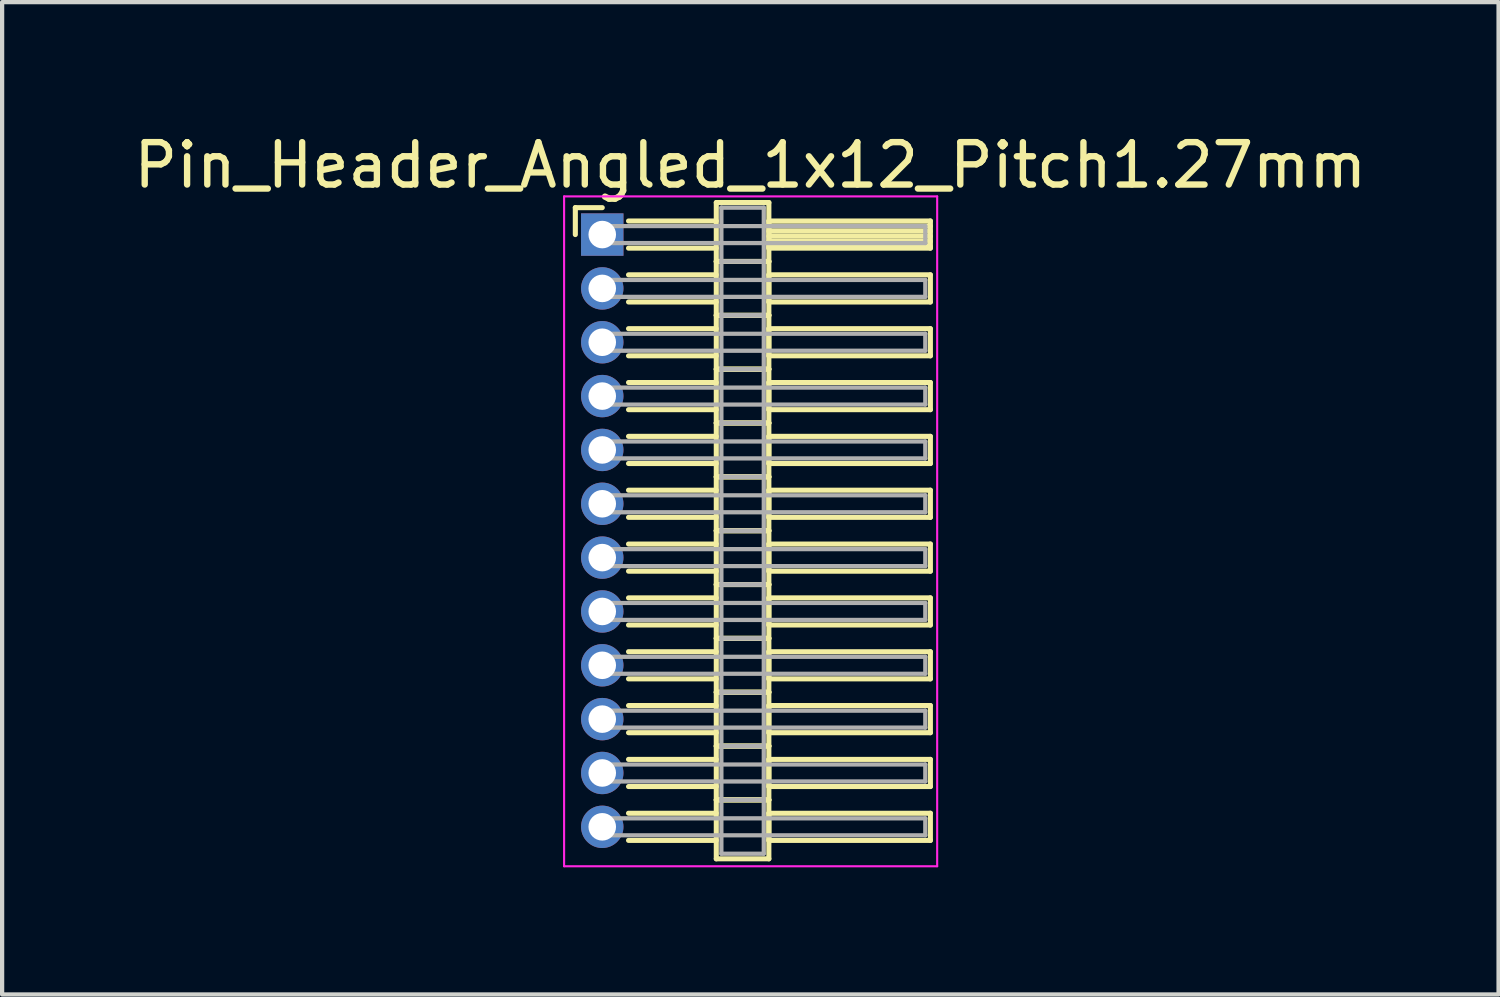
<source format=kicad_pcb>
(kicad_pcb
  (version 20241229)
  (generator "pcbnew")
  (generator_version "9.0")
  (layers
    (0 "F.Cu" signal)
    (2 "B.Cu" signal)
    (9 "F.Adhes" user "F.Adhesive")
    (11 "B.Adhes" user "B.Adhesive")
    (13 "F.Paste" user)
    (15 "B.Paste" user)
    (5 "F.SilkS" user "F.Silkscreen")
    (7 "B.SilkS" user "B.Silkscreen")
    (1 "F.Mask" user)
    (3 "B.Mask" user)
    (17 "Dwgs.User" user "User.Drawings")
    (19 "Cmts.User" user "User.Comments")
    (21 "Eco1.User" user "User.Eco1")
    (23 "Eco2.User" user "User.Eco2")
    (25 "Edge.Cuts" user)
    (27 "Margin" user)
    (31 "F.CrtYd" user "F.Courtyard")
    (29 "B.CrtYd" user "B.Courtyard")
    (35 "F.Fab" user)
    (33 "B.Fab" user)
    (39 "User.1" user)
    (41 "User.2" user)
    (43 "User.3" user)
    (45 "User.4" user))
  (footprint "Pin_Header_Angled_1x12_Pitch1.27mm"
    (layer "F.Cu")
    (at 11.156 2.483)
    (property "Reference" "Pin_Header_Angled_1x12_Pitch1.27mm" (at 3.493 -1.635 0) (layer "F.SilkS") (effects (font (size 1 1) (thickness 0.15))))
    (attr through_hole)
    (fp_line (start -0.635 -0.635) (end 0 -0.635) (stroke (width 0.12) (type solid)) (layer "F.SilkS"))
    (fp_line (start -0.635 0) (end -0.635 -0.635) (stroke (width 0.12) (type solid)) (layer "F.SilkS"))
    (fp_line (start 0.62 -0.32) (end 2.69 -0.32) (stroke (width 0.12) (type solid)) (layer "F.SilkS"))
    (fp_line (start 0.62 0.32) (end 2.69 0.32) (stroke (width 0.12) (type solid)) (layer "F.SilkS"))
    (fp_line (start 0.62 0.95) (end 2.69 0.95) (stroke (width 0.12) (type solid)) (layer "F.SilkS"))
    (fp_line (start 0.62 1.59) (end 2.69 1.59) (stroke (width 0.12) (type solid)) (layer "F.SilkS"))
    (fp_line (start 0.62 2.22) (end 2.69 2.22) (stroke (width 0.12) (type solid)) (layer "F.SilkS"))
    (fp_line (start 0.62 2.86) (end 2.69 2.86) (stroke (width 0.12) (type solid)) (layer "F.SilkS"))
    (fp_line (start 0.62 3.49) (end 2.69 3.49) (stroke (width 0.12) (type solid)) (layer "F.SilkS"))
    (fp_line (start 0.62 4.13) (end 2.69 4.13) (stroke (width 0.12) (type solid)) (layer "F.SilkS"))
    (fp_line (start 0.62 4.76) (end 2.69 4.76) (stroke (width 0.12) (type solid)) (layer "F.SilkS"))
    (fp_line (start 0.62 5.4) (end 2.69 5.4) (stroke (width 0.12) (type solid)) (layer "F.SilkS"))
    (fp_line (start 0.62 6.03) (end 2.69 6.03) (stroke (width 0.12) (type solid)) (layer "F.SilkS"))
    (fp_line (start 0.62 6.67) (end 2.69 6.67) (stroke (width 0.12) (type solid)) (layer "F.SilkS"))
    (fp_line (start 0.62 7.3) (end 2.69 7.3) (stroke (width 0.12) (type solid)) (layer "F.SilkS"))
    (fp_line (start 0.62 7.94) (end 2.69 7.94) (stroke (width 0.12) (type solid)) (layer "F.SilkS"))
    (fp_line (start 0.62 8.57) (end 2.69 8.57) (stroke (width 0.12) (type solid)) (layer "F.SilkS"))
    (fp_line (start 0.62 9.21) (end 2.69 9.21) (stroke (width 0.12) (type solid)) (layer "F.SilkS"))
    (fp_line (start 0.62 9.84) (end 2.69 9.84) (stroke (width 0.12) (type solid)) (layer "F.SilkS"))
    (fp_line (start 0.62 10.48) (end 2.69 10.48) (stroke (width 0.12) (type solid)) (layer "F.SilkS"))
    (fp_line (start 0.62 11.11) (end 2.69 11.11) (stroke (width 0.12) (type solid)) (layer "F.SilkS"))
    (fp_line (start 0.62 11.75) (end 2.69 11.75) (stroke (width 0.12) (type solid)) (layer "F.SilkS"))
    (fp_line (start 0.62 12.38) (end 2.69 12.38) (stroke (width 0.12) (type solid)) (layer "F.SilkS"))
    (fp_line (start 0.62 13.02) (end 2.69 13.02) (stroke (width 0.12) (type solid)) (layer "F.SilkS"))
    (fp_line (start 0.62 13.65) (end 2.69 13.65) (stroke (width 0.12) (type solid)) (layer "F.SilkS"))
    (fp_line (start 0.62 14.29) (end 2.69 14.29) (stroke (width 0.12) (type solid)) (layer "F.SilkS"))
    (fp_line (start 2.69 -0.755) (end 2.69 0.635) (stroke (width 0.12) (type solid)) (layer "F.SilkS"))
    (fp_line (start 2.69 0.635) (end 2.69 1.905) (stroke (width 0.12) (type solid)) (layer "F.SilkS"))
    (fp_line (start 2.69 0.635) (end 3.93 0.635) (stroke (width 0.12) (type solid)) (layer "F.SilkS"))
    (fp_line (start 2.69 1.905) (end 2.69 3.175) (stroke (width 0.12) (type solid)) (layer "F.SilkS"))
    (fp_line (start 2.69 1.905) (end 3.93 1.905) (stroke (width 0.12) (type solid)) (layer "F.SilkS"))
    (fp_line (start 2.69 3.175) (end 2.69 4.445) (stroke (width 0.12) (type solid)) (layer "F.SilkS"))
    (fp_line (start 2.69 3.175) (end 3.93 3.175) (stroke (width 0.12) (type solid)) (layer "F.SilkS"))
    (fp_line (start 2.69 4.445) (end 2.69 5.715) (stroke (width 0.12) (type solid)) (layer "F.SilkS"))
    (fp_line (start 2.69 4.445) (end 3.93 4.445) (stroke (width 0.12) (type solid)) (layer "F.SilkS"))
    (fp_line (start 2.69 5.715) (end 2.69 6.985) (stroke (width 0.12) (type solid)) (layer "F.SilkS"))
    (fp_line (start 2.69 5.715) (end 3.93 5.715) (stroke (width 0.12) (type solid)) (layer "F.SilkS"))
    (fp_line (start 2.69 6.985) (end 2.69 8.255) (stroke (width 0.12) (type solid)) (layer "F.SilkS"))
    (fp_line (start 2.69 6.985) (end 3.93 6.985) (stroke (width 0.12) (type solid)) (layer "F.SilkS"))
    (fp_line (start 2.69 8.255) (end 2.69 9.525) (stroke (width 0.12) (type solid)) (layer "F.SilkS"))
    (fp_line (start 2.69 8.255) (end 3.93 8.255) (stroke (width 0.12) (type solid)) (layer "F.SilkS"))
    (fp_line (start 2.69 9.525) (end 2.69 10.795) (stroke (width 0.12) (type solid)) (layer "F.SilkS"))
    (fp_line (start 2.69 9.525) (end 3.93 9.525) (stroke (width 0.12) (type solid)) (layer "F.SilkS"))
    (fp_line (start 2.69 10.795) (end 2.69 12.065) (stroke (width 0.12) (type solid)) (layer "F.SilkS"))
    (fp_line (start 2.69 10.795) (end 3.93 10.795) (stroke (width 0.12) (type solid)) (layer "F.SilkS"))
    (fp_line (start 2.69 12.065) (end 2.69 13.335) (stroke (width 0.12) (type solid)) (layer "F.SilkS"))
    (fp_line (start 2.69 12.065) (end 3.93 12.065) (stroke (width 0.12) (type solid)) (layer "F.SilkS"))
    (fp_line (start 2.69 13.335) (end 2.69 14.725) (stroke (width 0.12) (type solid)) (layer "F.SilkS"))
    (fp_line (start 2.69 13.335) (end 3.93 13.335) (stroke (width 0.12) (type solid)) (layer "F.SilkS"))
    (fp_line (start 2.69 14.725) (end 3.93 14.725) (stroke (width 0.12) (type solid)) (layer "F.SilkS"))
    (fp_line (start 3.93 -0.755) (end 2.69 -0.755) (stroke (width 0.12) (type solid)) (layer "F.SilkS"))
    (fp_line (start 3.93 -0.32) (end 3.93 0.32) (stroke (width 0.12) (type solid)) (layer "F.SilkS"))
    (fp_line (start 3.93 -0.2) (end 7.74 -0.2) (stroke (width 0.12) (type solid)) (layer "F.SilkS"))
    (fp_line (start 3.93 -0.08) (end 7.74 -0.08) (stroke (width 0.12) (type solid)) (layer "F.SilkS"))
    (fp_line (start 3.93 0.04) (end 7.74 0.04) (stroke (width 0.12) (type solid)) (layer "F.SilkS"))
    (fp_line (start 3.93 0.16) (end 7.74 0.16) (stroke (width 0.12) (type solid)) (layer "F.SilkS"))
    (fp_line (start 3.93 0.28) (end 7.74 0.28) (stroke (width 0.12) (type solid)) (layer "F.SilkS"))
    (fp_line (start 3.93 0.32) (end 7.74 0.32) (stroke (width 0.12) (type solid)) (layer "F.SilkS"))
    (fp_line (start 3.93 0.635) (end 2.69 0.635) (stroke (width 0.12) (type solid)) (layer "F.SilkS"))
    (fp_line (start 3.93 0.635) (end 3.93 -0.755) (stroke (width 0.12) (type solid)) (layer "F.SilkS"))
    (fp_line (start 3.93 0.95) (end 3.93 1.59) (stroke (width 0.12) (type solid)) (layer "F.SilkS"))
    (fp_line (start 3.93 1.59) (end 7.74 1.59) (stroke (width 0.12) (type solid)) (layer "F.SilkS"))
    (fp_line (start 3.93 1.905) (end 2.69 1.905) (stroke (width 0.12) (type solid)) (layer "F.SilkS"))
    (fp_line (start 3.93 1.905) (end 3.93 0.635) (stroke (width 0.12) (type solid)) (layer "F.SilkS"))
    (fp_line (start 3.93 2.22) (end 3.93 2.86) (stroke (width 0.12) (type solid)) (layer "F.SilkS"))
    (fp_line (start 3.93 2.86) (end 7.74 2.86) (stroke (width 0.12) (type solid)) (layer "F.SilkS"))
    (fp_line (start 3.93 3.175) (end 2.69 3.175) (stroke (width 0.12) (type solid)) (layer "F.SilkS"))
    (fp_line (start 3.93 3.175) (end 3.93 1.905) (stroke (width 0.12) (type solid)) (layer "F.SilkS"))
    (fp_line (start 3.93 3.49) (end 3.93 4.13) (stroke (width 0.12) (type solid)) (layer "F.SilkS"))
    (fp_line (start 3.93 4.13) (end 7.74 4.13) (stroke (width 0.12) (type solid)) (layer "F.SilkS"))
    (fp_line (start 3.93 4.445) (end 2.69 4.445) (stroke (width 0.12) (type solid)) (layer "F.SilkS"))
    (fp_line (start 3.93 4.445) (end 3.93 3.175) (stroke (width 0.12) (type solid)) (layer "F.SilkS"))
    (fp_line (start 3.93 4.76) (end 3.93 5.4) (stroke (width 0.12) (type solid)) (layer "F.SilkS"))
    (fp_line (start 3.93 5.4) (end 7.74 5.4) (stroke (width 0.12) (type solid)) (layer "F.SilkS"))
    (fp_line (start 3.93 5.715) (end 2.69 5.715) (stroke (width 0.12) (type solid)) (layer "F.SilkS"))
    (fp_line (start 3.93 5.715) (end 3.93 4.445) (stroke (width 0.12) (type solid)) (layer "F.SilkS"))
    (fp_line (start 3.93 6.03) (end 3.93 6.67) (stroke (width 0.12) (type solid)) (layer "F.SilkS"))
    (fp_line (start 3.93 6.67) (end 7.74 6.67) (stroke (width 0.12) (type solid)) (layer "F.SilkS"))
    (fp_line (start 3.93 6.985) (end 2.69 6.985) (stroke (width 0.12) (type solid)) (layer "F.SilkS"))
    (fp_line (start 3.93 6.985) (end 3.93 5.715) (stroke (width 0.12) (type solid)) (layer "F.SilkS"))
    (fp_line (start 3.93 7.3) (end 3.93 7.94) (stroke (width 0.12) (type solid)) (layer "F.SilkS"))
    (fp_line (start 3.93 7.94) (end 7.74 7.94) (stroke (width 0.12) (type solid)) (layer "F.SilkS"))
    (fp_line (start 3.93 8.255) (end 2.69 8.255) (stroke (width 0.12) (type solid)) (layer "F.SilkS"))
    (fp_line (start 3.93 8.255) (end 3.93 6.985) (stroke (width 0.12) (type solid)) (layer "F.SilkS"))
    (fp_line (start 3.93 8.57) (end 3.93 9.21) (stroke (width 0.12) (type solid)) (layer "F.SilkS"))
    (fp_line (start 3.93 9.21) (end 7.74 9.21) (stroke (width 0.12) (type solid)) (layer "F.SilkS"))
    (fp_line (start 3.93 9.525) (end 2.69 9.525) (stroke (width 0.12) (type solid)) (layer "F.SilkS"))
    (fp_line (start 3.93 9.525) (end 3.93 8.255) (stroke (width 0.12) (type solid)) (layer "F.SilkS"))
    (fp_line (start 3.93 9.84) (end 3.93 10.48) (stroke (width 0.12) (type solid)) (layer "F.SilkS"))
    (fp_line (start 3.93 10.48) (end 7.74 10.48) (stroke (width 0.12) (type solid)) (layer "F.SilkS"))
    (fp_line (start 3.93 10.795) (end 2.69 10.795) (stroke (width 0.12) (type solid)) (layer "F.SilkS"))
    (fp_line (start 3.93 10.795) (end 3.93 9.525) (stroke (width 0.12) (type solid)) (layer "F.SilkS"))
    (fp_line (start 3.93 11.11) (end 3.93 11.75) (stroke (width 0.12) (type solid)) (layer "F.SilkS"))
    (fp_line (start 3.93 11.75) (end 7.74 11.75) (stroke (width 0.12) (type solid)) (layer "F.SilkS"))
    (fp_line (start 3.93 12.065) (end 2.69 12.065) (stroke (width 0.12) (type solid)) (layer "F.SilkS"))
    (fp_line (start 3.93 12.065) (end 3.93 10.795) (stroke (width 0.12) (type solid)) (layer "F.SilkS"))
    (fp_line (start 3.93 12.38) (end 3.93 13.02) (stroke (width 0.12) (type solid)) (layer "F.SilkS"))
    (fp_line (start 3.93 13.02) (end 7.74 13.02) (stroke (width 0.12) (type solid)) (layer "F.SilkS"))
    (fp_line (start 3.93 13.335) (end 2.69 13.335) (stroke (width 0.12) (type solid)) (layer "F.SilkS"))
    (fp_line (start 3.93 13.335) (end 3.93 12.065) (stroke (width 0.12) (type solid)) (layer "F.SilkS"))
    (fp_line (start 3.93 13.65) (end 3.93 14.29) (stroke (width 0.12) (type solid)) (layer "F.SilkS"))
    (fp_line (start 3.93 14.29) (end 7.74 14.29) (stroke (width 0.12) (type solid)) (layer "F.SilkS"))
    (fp_line (start 3.93 14.725) (end 3.93 13.335) (stroke (width 0.12) (type solid)) (layer "F.SilkS"))
    (fp_line (start 7.74 -0.32) (end 3.93 -0.32) (stroke (width 0.12) (type solid)) (layer "F.SilkS"))
    (fp_line (start 7.74 0.32) (end 7.74 -0.32) (stroke (width 0.12) (type solid)) (layer "F.SilkS"))
    (fp_line (start 7.74 0.95) (end 3.93 0.95) (stroke (width 0.12) (type solid)) (layer "F.SilkS"))
    (fp_line (start 7.74 1.59) (end 7.74 0.95) (stroke (width 0.12) (type solid)) (layer "F.SilkS"))
    (fp_line (start 7.74 2.22) (end 3.93 2.22) (stroke (width 0.12) (type solid)) (layer "F.SilkS"))
    (fp_line (start 7.74 2.86) (end 7.74 2.22) (stroke (width 0.12) (type solid)) (layer "F.SilkS"))
    (fp_line (start 7.74 3.49) (end 3.93 3.49) (stroke (width 0.12) (type solid)) (layer "F.SilkS"))
    (fp_line (start 7.74 4.13) (end 7.74 3.49) (stroke (width 0.12) (type solid)) (layer "F.SilkS"))
    (fp_line (start 7.74 4.76) (end 3.93 4.76) (stroke (width 0.12) (type solid)) (layer "F.SilkS"))
    (fp_line (start 7.74 5.4) (end 7.74 4.76) (stroke (width 0.12) (type solid)) (layer "F.SilkS"))
    (fp_line (start 7.74 6.03) (end 3.93 6.03) (stroke (width 0.12) (type solid)) (layer "F.SilkS"))
    (fp_line (start 7.74 6.67) (end 7.74 6.03) (stroke (width 0.12) (type solid)) (layer "F.SilkS"))
    (fp_line (start 7.74 7.3) (end 3.93 7.3) (stroke (width 0.12) (type solid)) (layer "F.SilkS"))
    (fp_line (start 7.74 7.94) (end 7.74 7.3) (stroke (width 0.12) (type solid)) (layer "F.SilkS"))
    (fp_line (start 7.74 8.57) (end 3.93 8.57) (stroke (width 0.12) (type solid)) (layer "F.SilkS"))
    (fp_line (start 7.74 9.21) (end 7.74 8.57) (stroke (width 0.12) (type solid)) (layer "F.SilkS"))
    (fp_line (start 7.74 9.84) (end 3.93 9.84) (stroke (width 0.12) (type solid)) (layer "F.SilkS"))
    (fp_line (start 7.74 10.48) (end 7.74 9.84) (stroke (width 0.12) (type solid)) (layer "F.SilkS"))
    (fp_line (start 7.74 11.11) (end 3.93 11.11) (stroke (width 0.12) (type solid)) (layer "F.SilkS"))
    (fp_line (start 7.74 11.75) (end 7.74 11.11) (stroke (width 0.12) (type solid)) (layer "F.SilkS"))
    (fp_line (start 7.74 12.38) (end 3.93 12.38) (stroke (width 0.12) (type solid)) (layer "F.SilkS"))
    (fp_line (start 7.74 13.02) (end 7.74 12.38) (stroke (width 0.12) (type solid)) (layer "F.SilkS"))
    (fp_line (start 7.74 13.65) (end 3.93 13.65) (stroke (width 0.12) (type solid)) (layer "F.SilkS"))
    (fp_line (start 7.74 14.29) (end 7.74 13.65) (stroke (width 0.12) (type solid)) (layer "F.SilkS"))
    (fp_line (start -0.9 -0.9) (end -0.9 14.9) (stroke (width 0.05) (type solid)) (layer "F.CrtYd"))
    (fp_line (start -0.9 14.9) (end 7.9 14.9) (stroke (width 0.05) (type solid)) (layer "F.CrtYd"))
    (fp_line (start 7.9 -0.9) (end -0.9 -0.9) (stroke (width 0.05) (type solid)) (layer "F.CrtYd"))
    (fp_line (start 7.9 14.9) (end 7.9 -0.9) (stroke (width 0.05) (type solid)) (layer "F.CrtYd"))
    (fp_line (start 0 -0.2) (end 0 0.2) (stroke (width 0.1) (type solid)) (layer "F.Fab"))
    (fp_line (start 0 0.2) (end 7.62 0.2) (stroke (width 0.1) (type solid)) (layer "F.Fab"))
    (fp_line (start 0 1.07) (end 0 1.47) (stroke (width 0.1) (type solid)) (layer "F.Fab"))
    (fp_line (start 0 1.47) (end 7.62 1.47) (stroke (width 0.1) (type solid)) (layer "F.Fab"))
    (fp_line (start 0 2.34) (end 0 2.74) (stroke (width 0.1) (type solid)) (layer "F.Fab"))
    (fp_line (start 0 2.74) (end 7.62 2.74) (stroke (width 0.1) (type solid)) (layer "F.Fab"))
    (fp_line (start 0 3.61) (end 0 4.01) (stroke (width 0.1) (type solid)) (layer "F.Fab"))
    (fp_line (start 0 4.01) (end 7.62 4.01) (stroke (width 0.1) (type solid)) (layer "F.Fab"))
    (fp_line (start 0 4.88) (end 0 5.28) (stroke (width 0.1) (type solid)) (layer "F.Fab"))
    (fp_line (start 0 5.28) (end 7.62 5.28) (stroke (width 0.1) (type solid)) (layer "F.Fab"))
    (fp_line (start 0 6.15) (end 0 6.55) (stroke (width 0.1) (type solid)) (layer "F.Fab"))
    (fp_line (start 0 6.55) (end 7.62 6.55) (stroke (width 0.1) (type solid)) (layer "F.Fab"))
    (fp_line (start 0 7.42) (end 0 7.82) (stroke (width 0.1) (type solid)) (layer "F.Fab"))
    (fp_line (start 0 7.82) (end 7.62 7.82) (stroke (width 0.1) (type solid)) (layer "F.Fab"))
    (fp_line (start 0 8.69) (end 0 9.09) (stroke (width 0.1) (type solid)) (layer "F.Fab"))
    (fp_line (start 0 9.09) (end 7.62 9.09) (stroke (width 0.1) (type solid)) (layer "F.Fab"))
    (fp_line (start 0 9.96) (end 0 10.36) (stroke (width 0.1) (type solid)) (layer "F.Fab"))
    (fp_line (start 0 10.36) (end 7.62 10.36) (stroke (width 0.1) (type solid)) (layer "F.Fab"))
    (fp_line (start 0 11.23) (end 0 11.63) (stroke (width 0.1) (type solid)) (layer "F.Fab"))
    (fp_line (start 0 11.63) (end 7.62 11.63) (stroke (width 0.1) (type solid)) (layer "F.Fab"))
    (fp_line (start 0 12.5) (end 0 12.9) (stroke (width 0.1) (type solid)) (layer "F.Fab"))
    (fp_line (start 0 12.9) (end 7.62 12.9) (stroke (width 0.1) (type solid)) (layer "F.Fab"))
    (fp_line (start 0 13.77) (end 0 14.17) (stroke (width 0.1) (type solid)) (layer "F.Fab"))
    (fp_line (start 0 14.17) (end 7.62 14.17) (stroke (width 0.1) (type solid)) (layer "F.Fab"))
    (fp_line (start 2.81 -0.635) (end 2.81 0.635) (stroke (width 0.1) (type solid)) (layer "F.Fab"))
    (fp_line (start 2.81 0.635) (end 2.81 1.905) (stroke (width 0.1) (type solid)) (layer "F.Fab"))
    (fp_line (start 2.81 0.635) (end 3.81 0.635) (stroke (width 0.1) (type solid)) (layer "F.Fab"))
    (fp_line (start 2.81 1.905) (end 2.81 3.175) (stroke (width 0.1) (type solid)) (layer "F.Fab"))
    (fp_line (start 2.81 1.905) (end 3.81 1.905) (stroke (width 0.1) (type solid)) (layer "F.Fab"))
    (fp_line (start 2.81 3.175) (end 2.81 4.445) (stroke (width 0.1) (type solid)) (layer "F.Fab"))
    (fp_line (start 2.81 3.175) (end 3.81 3.175) (stroke (width 0.1) (type solid)) (layer "F.Fab"))
    (fp_line (start 2.81 4.445) (end 2.81 5.715) (stroke (width 0.1) (type solid)) (layer "F.Fab"))
    (fp_line (start 2.81 4.445) (end 3.81 4.445) (stroke (width 0.1) (type solid)) (layer "F.Fab"))
    (fp_line (start 2.81 5.715) (end 2.81 6.985) (stroke (width 0.1) (type solid)) (layer "F.Fab"))
    (fp_line (start 2.81 5.715) (end 3.81 5.715) (stroke (width 0.1) (type solid)) (layer "F.Fab"))
    (fp_line (start 2.81 6.985) (end 2.81 8.255) (stroke (width 0.1) (type solid)) (layer "F.Fab"))
    (fp_line (start 2.81 6.985) (end 3.81 6.985) (stroke (width 0.1) (type solid)) (layer "F.Fab"))
    (fp_line (start 2.81 8.255) (end 2.81 9.525) (stroke (width 0.1) (type solid)) (layer "F.Fab"))
    (fp_line (start 2.81 8.255) (end 3.81 8.255) (stroke (width 0.1) (type solid)) (layer "F.Fab"))
    (fp_line (start 2.81 9.525) (end 2.81 10.795) (stroke (width 0.1) (type solid)) (layer "F.Fab"))
    (fp_line (start 2.81 9.525) (end 3.81 9.525) (stroke (width 0.1) (type solid)) (layer "F.Fab"))
    (fp_line (start 2.81 10.795) (end 2.81 12.065) (stroke (width 0.1) (type solid)) (layer "F.Fab"))
    (fp_line (start 2.81 10.795) (end 3.81 10.795) (stroke (width 0.1) (type solid)) (layer "F.Fab"))
    (fp_line (start 2.81 12.065) (end 2.81 13.335) (stroke (width 0.1) (type solid)) (layer "F.Fab"))
    (fp_line (start 2.81 12.065) (end 3.81 12.065) (stroke (width 0.1) (type solid)) (layer "F.Fab"))
    (fp_line (start 2.81 13.335) (end 2.81 14.605) (stroke (width 0.1) (type solid)) (layer "F.Fab"))
    (fp_line (start 2.81 13.335) (end 3.81 13.335) (stroke (width 0.1) (type solid)) (layer "F.Fab"))
    (fp_line (start 2.81 14.605) (end 3.81 14.605) (stroke (width 0.1) (type solid)) (layer "F.Fab"))
    (fp_line (start 3.81 -0.635) (end 2.81 -0.635) (stroke (width 0.1) (type solid)) (layer "F.Fab"))
    (fp_line (start 3.81 0.635) (end 2.81 0.635) (stroke (width 0.1) (type solid)) (layer "F.Fab"))
    (fp_line (start 3.81 0.635) (end 3.81 -0.635) (stroke (width 0.1) (type solid)) (layer "F.Fab"))
    (fp_line (start 3.81 1.905) (end 2.81 1.905) (stroke (width 0.1) (type solid)) (layer "F.Fab"))
    (fp_line (start 3.81 1.905) (end 3.81 0.635) (stroke (width 0.1) (type solid)) (layer "F.Fab"))
    (fp_line (start 3.81 3.175) (end 2.81 3.175) (stroke (width 0.1) (type solid)) (layer "F.Fab"))
    (fp_line (start 3.81 3.175) (end 3.81 1.905) (stroke (width 0.1) (type solid)) (layer "F.Fab"))
    (fp_line (start 3.81 4.445) (end 2.81 4.445) (stroke (width 0.1) (type solid)) (layer "F.Fab"))
    (fp_line (start 3.81 4.445) (end 3.81 3.175) (stroke (width 0.1) (type solid)) (layer "F.Fab"))
    (fp_line (start 3.81 5.715) (end 2.81 5.715) (stroke (width 0.1) (type solid)) (layer "F.Fab"))
    (fp_line (start 3.81 5.715) (end 3.81 4.445) (stroke (width 0.1) (type solid)) (layer "F.Fab"))
    (fp_line (start 3.81 6.985) (end 2.81 6.985) (stroke (width 0.1) (type solid)) (layer "F.Fab"))
    (fp_line (start 3.81 6.985) (end 3.81 5.715) (stroke (width 0.1) (type solid)) (layer "F.Fab"))
    (fp_line (start 3.81 8.255) (end 2.81 8.255) (stroke (width 0.1) (type solid)) (layer "F.Fab"))
    (fp_line (start 3.81 8.255) (end 3.81 6.985) (stroke (width 0.1) (type solid)) (layer "F.Fab"))
    (fp_line (start 3.81 9.525) (end 2.81 9.525) (stroke (width 0.1) (type solid)) (layer "F.Fab"))
    (fp_line (start 3.81 9.525) (end 3.81 8.255) (stroke (width 0.1) (type solid)) (layer "F.Fab"))
    (fp_line (start 3.81 10.795) (end 2.81 10.795) (stroke (width 0.1) (type solid)) (layer "F.Fab"))
    (fp_line (start 3.81 10.795) (end 3.81 9.525) (stroke (width 0.1) (type solid)) (layer "F.Fab"))
    (fp_line (start 3.81 12.065) (end 2.81 12.065) (stroke (width 0.1) (type solid)) (layer "F.Fab"))
    (fp_line (start 3.81 12.065) (end 3.81 10.795) (stroke (width 0.1) (type solid)) (layer "F.Fab"))
    (fp_line (start 3.81 13.335) (end 2.81 13.335) (stroke (width 0.1) (type solid)) (layer "F.Fab"))
    (fp_line (start 3.81 13.335) (end 3.81 12.065) (stroke (width 0.1) (type solid)) (layer "F.Fab"))
    (fp_line (start 3.81 14.605) (end 3.81 13.335) (stroke (width 0.1) (type solid)) (layer "F.Fab"))
    (fp_line (start 7.62 -0.2) (end 0 -0.2) (stroke (width 0.1) (type solid)) (layer "F.Fab"))
    (fp_line (start 7.62 0.2) (end 7.62 -0.2) (stroke (width 0.1) (type solid)) (layer "F.Fab"))
    (fp_line (start 7.62 1.07) (end 0 1.07) (stroke (width 0.1) (type solid)) (layer "F.Fab"))
    (fp_line (start 7.62 1.47) (end 7.62 1.07) (stroke (width 0.1) (type solid)) (layer "F.Fab"))
    (fp_line (start 7.62 2.34) (end 0 2.34) (stroke (width 0.1) (type solid)) (layer "F.Fab"))
    (fp_line (start 7.62 2.74) (end 7.62 2.34) (stroke (width 0.1) (type solid)) (layer "F.Fab"))
    (fp_line (start 7.62 3.61) (end 0 3.61) (stroke (width 0.1) (type solid)) (layer "F.Fab"))
    (fp_line (start 7.62 4.01) (end 7.62 3.61) (stroke (width 0.1) (type solid)) (layer "F.Fab"))
    (fp_line (start 7.62 4.88) (end 0 4.88) (stroke (width 0.1) (type solid)) (layer "F.Fab"))
    (fp_line (start 7.62 5.28) (end 7.62 4.88) (stroke (width 0.1) (type solid)) (layer "F.Fab"))
    (fp_line (start 7.62 6.15) (end 0 6.15) (stroke (width 0.1) (type solid)) (layer "F.Fab"))
    (fp_line (start 7.62 6.55) (end 7.62 6.15) (stroke (width 0.1) (type solid)) (layer "F.Fab"))
    (fp_line (start 7.62 7.42) (end 0 7.42) (stroke (width 0.1) (type solid)) (layer "F.Fab"))
    (fp_line (start 7.62 7.82) (end 7.62 7.42) (stroke (width 0.1) (type solid)) (layer "F.Fab"))
    (fp_line (start 7.62 8.69) (end 0 8.69) (stroke (width 0.1) (type solid)) (layer "F.Fab"))
    (fp_line (start 7.62 9.09) (end 7.62 8.69) (stroke (width 0.1) (type solid)) (layer "F.Fab"))
    (fp_line (start 7.62 9.96) (end 0 9.96) (stroke (width 0.1) (type solid)) (layer "F.Fab"))
    (fp_line (start 7.62 10.36) (end 7.62 9.96) (stroke (width 0.1) (type solid)) (layer "F.Fab"))
    (fp_line (start 7.62 11.23) (end 0 11.23) (stroke (width 0.1) (type solid)) (layer "F.Fab"))
    (fp_line (start 7.62 11.63) (end 7.62 11.23) (stroke (width 0.1) (type solid)) (layer "F.Fab"))
    (fp_line (start 7.62 12.5) (end 0 12.5) (stroke (width 0.1) (type solid)) (layer "F.Fab"))
    (fp_line (start 7.62 12.9) (end 7.62 12.5) (stroke (width 0.1) (type solid)) (layer "F.Fab"))
    (fp_line (start 7.62 13.77) (end 0 13.77) (stroke (width 0.1) (type solid)) (layer "F.Fab"))
    (fp_line (start 7.62 14.17) (end 7.62 13.77) (stroke (width 0.1) (type solid)) (layer "F.Fab"))
    (pad "1" thru_hole rect (at 0 0) (size 1 1) (drill 0.65) (layers "*.Cu" "*.Mask"))
    (pad "2" thru_hole oval (at 0 1.27) (size 1 1) (drill 0.65) (layers "*.Cu" "*.Mask"))
    (pad "3" thru_hole oval (at 0 2.54) (size 1 1) (drill 0.65) (layers "*.Cu" "*.Mask"))
    (pad "4" thru_hole oval (at 0 3.81) (size 1 1) (drill 0.65) (layers "*.Cu" "*.Mask"))
    (pad "5" thru_hole oval (at 0 5.08) (size 1 1) (drill 0.65) (layers "*.Cu" "*.Mask"))
    (pad "6" thru_hole oval (at 0 6.35) (size 1 1) (drill 0.65) (layers "*.Cu" "*.Mask"))
    (pad "7" thru_hole oval (at 0 7.62) (size 1 1) (drill 0.65) (layers "*.Cu" "*.Mask"))
    (pad "8" thru_hole oval (at 0 8.89) (size 1 1) (drill 0.65) (layers "*.Cu" "*.Mask"))
    (pad "9" thru_hole oval (at 0 10.16) (size 1 1) (drill 0.65) (layers "*.Cu" "*.Mask"))
    (pad "10" thru_hole oval (at 0 11.43) (size 1 1) (drill 0.65) (layers "*.Cu" "*.Mask"))
    (pad "11" thru_hole oval (at 0 12.7) (size 1 1) (drill 0.65) (layers "*.Cu" "*.Mask"))
    (pad "12" thru_hole oval (at 0 13.97) (size 1 1) (drill 0.65) (layers "*.Cu" "*.Mask")))
  (gr_rect
    (start -3 -3)
    (end 32.298 20.408)
    (stroke (width 0.1) (type default))
    (fill no)
    (layer "Edge.Cuts")))
</source>
